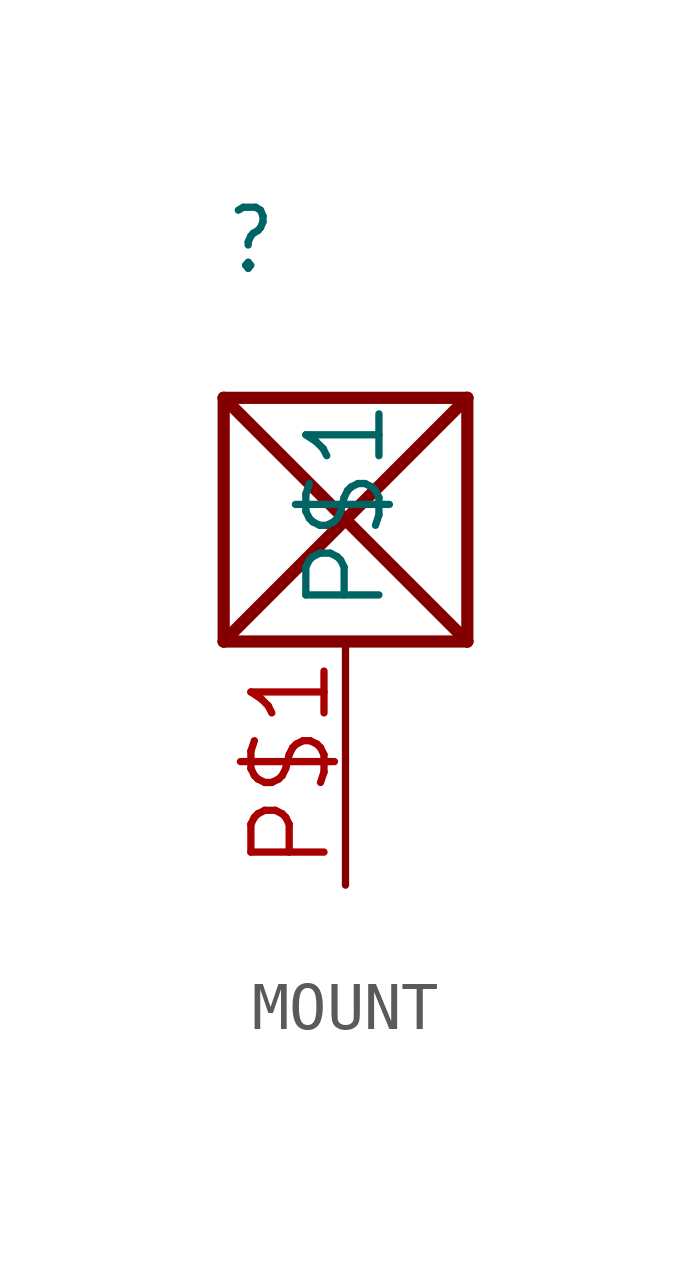
<source format=kicad_sym>
(kicad_symbol_lib
  (version 20241209)
  (generator "kicad_symbol_editor")
  (generator_version "9.0")
  (symbol "MOUNT"
    (property "Reference" ""
      (at -2.54 5.08 0)
      (effects (font (size 1.27 1.079)) (justify left bottom)))
    (property "ki_locked" ""
      (at 0 0 0)
      (effects (font (size 1.27 1.27))))
    (symbol "MOUNT_1_0"
      (polyline (pts (xy -2.54 2.54) (xy 2.54 2.54)) (stroke (width 0.254) (type solid)) (fill (type none)))
      (polyline (pts (xy -2.54 2.54) (xy 2.54 -2.54)) (stroke (width 0.254) (type solid)) (fill (type none)))
      (polyline (pts (xy -2.54 -2.54) (xy -2.54 2.54)) (stroke (width 0.254) (type solid)) (fill (type none)))
      (polyline (pts (xy 2.54 2.54) (xy -2.54 -2.54)) (stroke (width 0.254) (type solid)) (fill (type none)))
      (polyline (pts (xy 2.54 -2.54) (xy -2.54 -2.54)) (stroke (width 0.254) (type solid)) (fill (type none)))
      (polyline (pts (xy 2.54 -2.54) (xy 2.54 2.54)) (stroke (width 0.254) (type solid)) (fill (type none)))
      (pin bidirectional line (at 0 -7.62 90) (length 5.08) (name "P$1" (effects (font (size 1.524 1.524)))) (number "P$1" (effects (font (size 1.524 1.524))))))))
</source>
